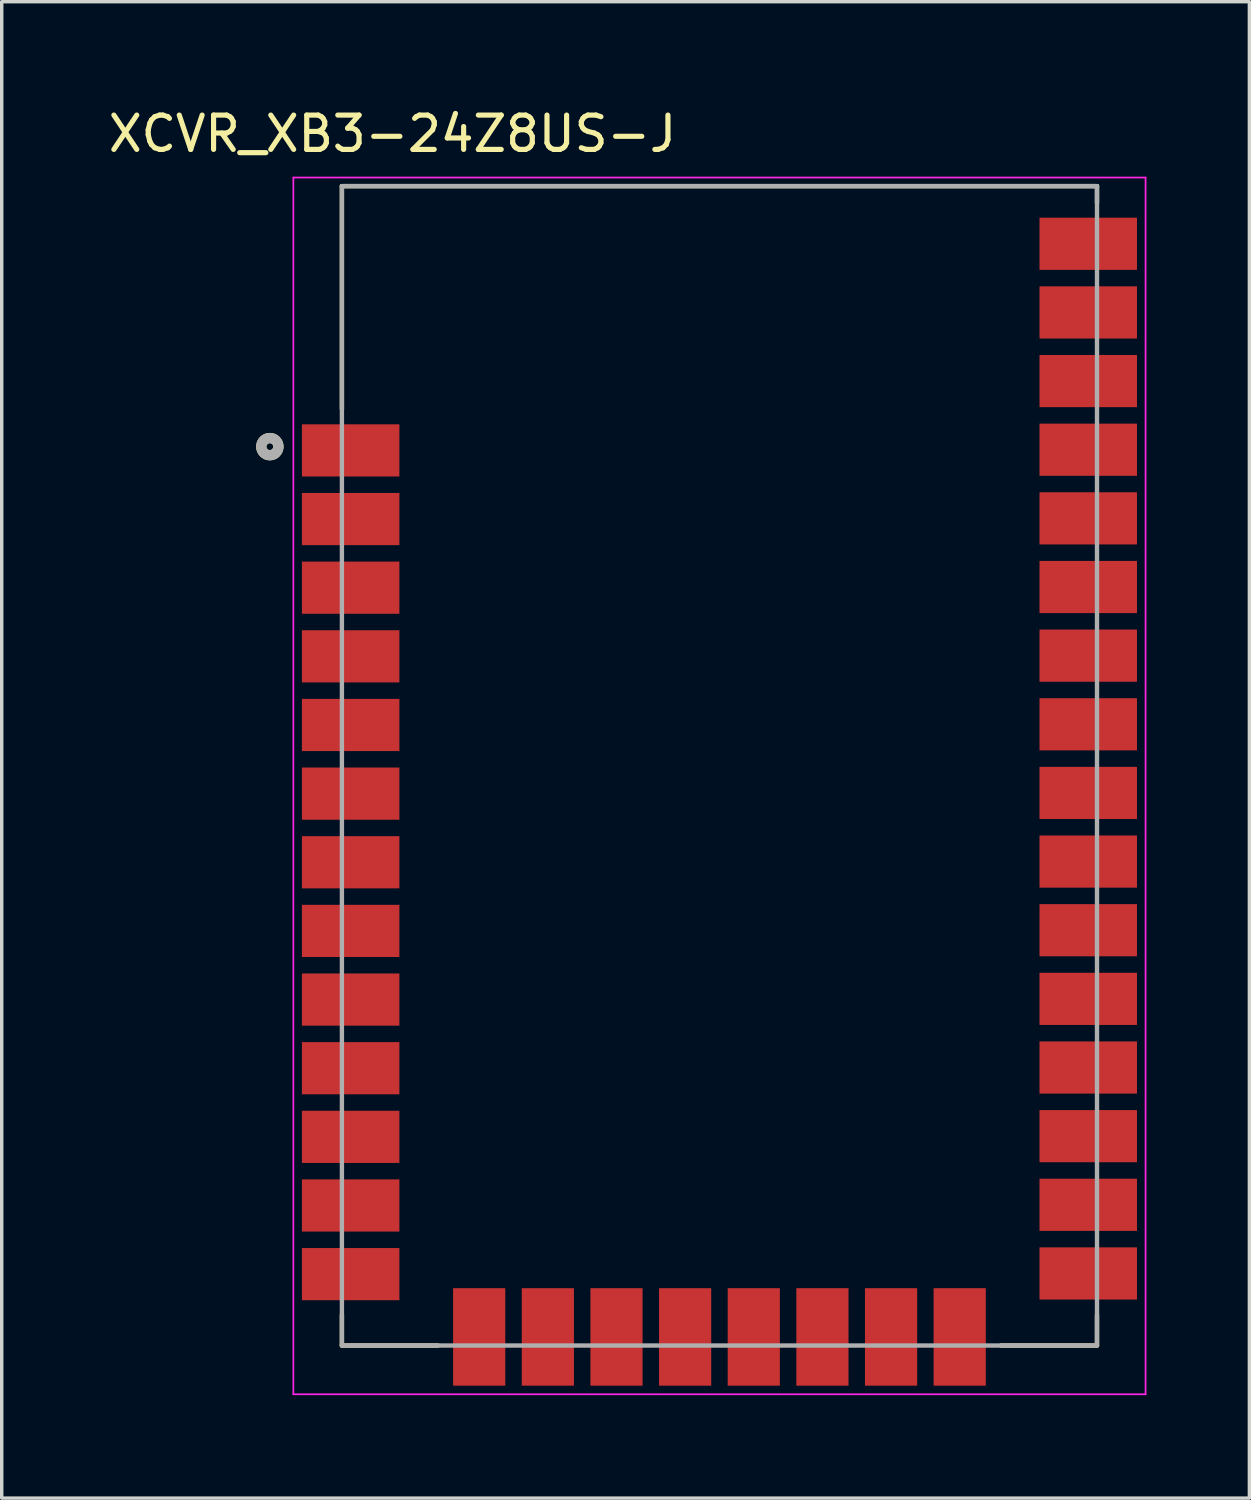
<source format=kicad_pcb>
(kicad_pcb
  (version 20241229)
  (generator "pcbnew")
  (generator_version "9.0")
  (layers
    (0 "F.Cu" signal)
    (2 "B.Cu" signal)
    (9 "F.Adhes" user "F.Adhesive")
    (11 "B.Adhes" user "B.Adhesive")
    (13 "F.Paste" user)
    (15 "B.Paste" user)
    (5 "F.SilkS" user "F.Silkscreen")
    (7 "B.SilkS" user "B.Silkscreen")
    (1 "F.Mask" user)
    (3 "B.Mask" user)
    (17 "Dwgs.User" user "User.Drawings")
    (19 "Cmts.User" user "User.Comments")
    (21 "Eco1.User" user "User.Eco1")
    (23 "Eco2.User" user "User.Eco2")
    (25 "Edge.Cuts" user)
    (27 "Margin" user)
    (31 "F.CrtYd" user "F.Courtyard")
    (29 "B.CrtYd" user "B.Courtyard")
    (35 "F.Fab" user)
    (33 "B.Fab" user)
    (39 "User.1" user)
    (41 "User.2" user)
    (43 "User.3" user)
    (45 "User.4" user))
  (footprint "XCVR_XB3-24Z8US-J"
    (layer "F.Cu")
    (at 17.912 19.263)
    (property "Reference" "XCVR_XB3-24Z8US-J" (at -9.525 -18.415 0) (layer "F.SilkS") (effects (font (size 1 1) (thickness 0.15))))
    (attr smd)
    (fp_line (start -11 -16.89) (end 11 -16.89) (stroke (width 0.127) (type solid)) (layer "F.SilkS"))
    (fp_line (start -11 -10.4) (end -11 -16.89) (stroke (width 0.127) (type solid)) (layer "F.SilkS"))
    (fp_line (start -11 16) (end -11 16.89) (stroke (width 0.127) (type solid)) (layer "F.SilkS"))
    (fp_line (start -11 16.89) (end -8.2 16.89) (stroke (width 0.127) (type solid)) (layer "F.SilkS"))
    (fp_line (start 8.2 16.89) (end 11 16.89) (stroke (width 0.127) (type solid)) (layer "F.SilkS"))
    (fp_line (start 11 -16.89) (end 11 -16.4) (stroke (width 0.127) (type solid)) (layer "F.SilkS"))
    (fp_line (start 11 16.89) (end 11 16) (stroke (width 0.127) (type solid)) (layer "F.SilkS"))
    (fp_circle (center -13.1 -9.3) (end -13 -9.3) (stroke (width 0.3) (type solid)) (fill no) (layer "F.SilkS"))
    (fp_line (start -12.415 -17.14) (end 12.415 -17.14) (stroke (width 0.05) (type solid)) (layer "F.CrtYd"))
    (fp_line (start -12.415 18.31) (end -12.415 -17.14) (stroke (width 0.05) (type solid)) (layer "F.CrtYd"))
    (fp_line (start 12.415 -17.14) (end 12.415 18.31) (stroke (width 0.05) (type solid)) (layer "F.CrtYd"))
    (fp_line (start 12.415 18.31) (end -12.415 18.31) (stroke (width 0.05) (type solid)) (layer "F.CrtYd"))
    (fp_line (start -11 -16.89) (end 11 -16.89) (stroke (width 0.127) (type solid)) (layer "F.Fab"))
    (fp_line (start -11 16.89) (end -11 -16.89) (stroke (width 0.127) (type solid)) (layer "F.Fab"))
    (fp_line (start 11 -16.89) (end 11 16.89) (stroke (width 0.127) (type solid)) (layer "F.Fab"))
    (fp_line (start 11 16.89) (end -11 16.89) (stroke (width 0.127) (type solid)) (layer "F.Fab"))
    (fp_circle (center -13.1 -9.3) (end -13 -9.3) (stroke (width 0.3) (type solid)) (fill no) (layer "F.Fab"))
    (pad "1" smd rect (at -10.745 -9.19) (size 2.84 1.52) (layers "F.Cu" "F.Mask" "F.Paste"))
    (pad "2" smd rect (at -10.745 -7.19) (size 2.84 1.52) (layers "F.Cu" "F.Mask" "F.Paste"))
    (pad "3" smd rect (at -10.745 -5.19) (size 2.84 1.52) (layers "F.Cu" "F.Mask" "F.Paste"))
    (pad "4" smd rect (at -10.745 -3.19) (size 2.84 1.52) (layers "F.Cu" "F.Mask" "F.Paste"))
    (pad "5" smd rect (at -10.745 -1.19) (size 2.84 1.52) (layers "F.Cu" "F.Mask" "F.Paste"))
    (pad "6" smd rect (at -10.745 0.81) (size 2.84 1.52) (layers "F.Cu" "F.Mask" "F.Paste"))
    (pad "7" smd rect (at -10.745 2.81) (size 2.84 1.52) (layers "F.Cu" "F.Mask" "F.Paste"))
    (pad "8" smd rect (at -10.745 4.81) (size 2.84 1.52) (layers "F.Cu" "F.Mask" "F.Paste"))
    (pad "9" smd rect (at -10.745 6.81) (size 2.84 1.52) (layers "F.Cu" "F.Mask" "F.Paste"))
    (pad "10" smd rect (at -10.745 8.81) (size 2.84 1.52) (layers "F.Cu" "F.Mask" "F.Paste"))
    (pad "11" smd rect (at -10.745 10.81) (size 2.84 1.52) (layers "F.Cu" "F.Mask" "F.Paste"))
    (pad "12" smd rect (at -10.745 12.81) (size 2.84 1.52) (layers "F.Cu" "F.Mask" "F.Paste"))
    (pad "13" smd rect (at -10.745 14.81) (size 2.84 1.52) (layers "F.Cu" "F.Mask" "F.Paste"))
    (pad "14" smd rect (at -7 16.64) (size 1.52 2.84) (layers "F.Cu" "F.Mask" "F.Paste"))
    (pad "15" smd rect (at -5 16.64) (size 1.52 2.84) (layers "F.Cu" "F.Mask" "F.Paste"))
    (pad "16" smd rect (at -3 16.64) (size 1.52 2.84) (layers "F.Cu" "F.Mask" "F.Paste"))
    (pad "17" smd rect (at -1 16.64) (size 1.52 2.84) (layers "F.Cu" "F.Mask" "F.Paste"))
    (pad "18" smd rect (at 1 16.64) (size 1.52 2.84) (layers "F.Cu" "F.Mask" "F.Paste"))
    (pad "19" smd rect (at 3 16.64) (size 1.52 2.84) (layers "F.Cu" "F.Mask" "F.Paste"))
    (pad "20" smd rect (at 5 16.64) (size 1.52 2.84) (layers "F.Cu" "F.Mask" "F.Paste"))
    (pad "21" smd rect (at 7 16.64) (size 1.52 2.84) (layers "F.Cu" "F.Mask" "F.Paste"))
    (pad "22" smd rect (at 10.745 14.79) (size 2.84 1.52) (layers "F.Cu" "F.Mask" "F.Paste"))
    (pad "23" smd rect (at 10.745 12.79) (size 2.84 1.52) (layers "F.Cu" "F.Mask" "F.Paste"))
    (pad "24" smd rect (at 10.745 10.79) (size 2.84 1.52) (layers "F.Cu" "F.Mask" "F.Paste"))
    (pad "25" smd rect (at 10.745 8.79) (size 2.84 1.52) (layers "F.Cu" "F.Mask" "F.Paste"))
    (pad "26" smd rect (at 10.745 6.79) (size 2.84 1.52) (layers "F.Cu" "F.Mask" "F.Paste"))
    (pad "27" smd rect (at 10.745 4.79) (size 2.84 1.52) (layers "F.Cu" "F.Mask" "F.Paste"))
    (pad "28" smd rect (at 10.745 2.79) (size 2.84 1.52) (layers "F.Cu" "F.Mask" "F.Paste"))
    (pad "29" smd rect (at 10.745 0.79) (size 2.84 1.52) (layers "F.Cu" "F.Mask" "F.Paste"))
    (pad "30" smd rect (at 10.745 -1.21) (size 2.84 1.52) (layers "F.Cu" "F.Mask" "F.Paste"))
    (pad "31" smd rect (at 10.745 -3.21) (size 2.84 1.52) (layers "F.Cu" "F.Mask" "F.Paste"))
    (pad "32" smd rect (at 10.745 -5.21) (size 2.84 1.52) (layers "F.Cu" "F.Mask" "F.Paste"))
    (pad "33" smd rect (at 10.745 -7.21) (size 2.84 1.52) (layers "F.Cu" "F.Mask" "F.Paste"))
    (pad "34" smd rect (at 10.745 -9.21) (size 2.84 1.52) (layers "F.Cu" "F.Mask" "F.Paste"))
    (pad "35" smd rect (at 10.745 -11.21) (size 2.84 1.52) (layers "F.Cu" "F.Mask" "F.Paste"))
    (pad "36" smd rect (at 10.745 -13.21) (size 2.84 1.52) (layers "F.Cu" "F.Mask" "F.Paste"))
    (pad "37" smd rect (at 10.745 -15.21) (size 2.84 1.52) (layers "F.Cu" "F.Mask" "F.Paste")))
  (gr_rect
    (start -3 -3)
    (end 33.352 40.598)
    (stroke (width 0.1) (type default))
    (fill no)
    (layer "Edge.Cuts")))
</source>
